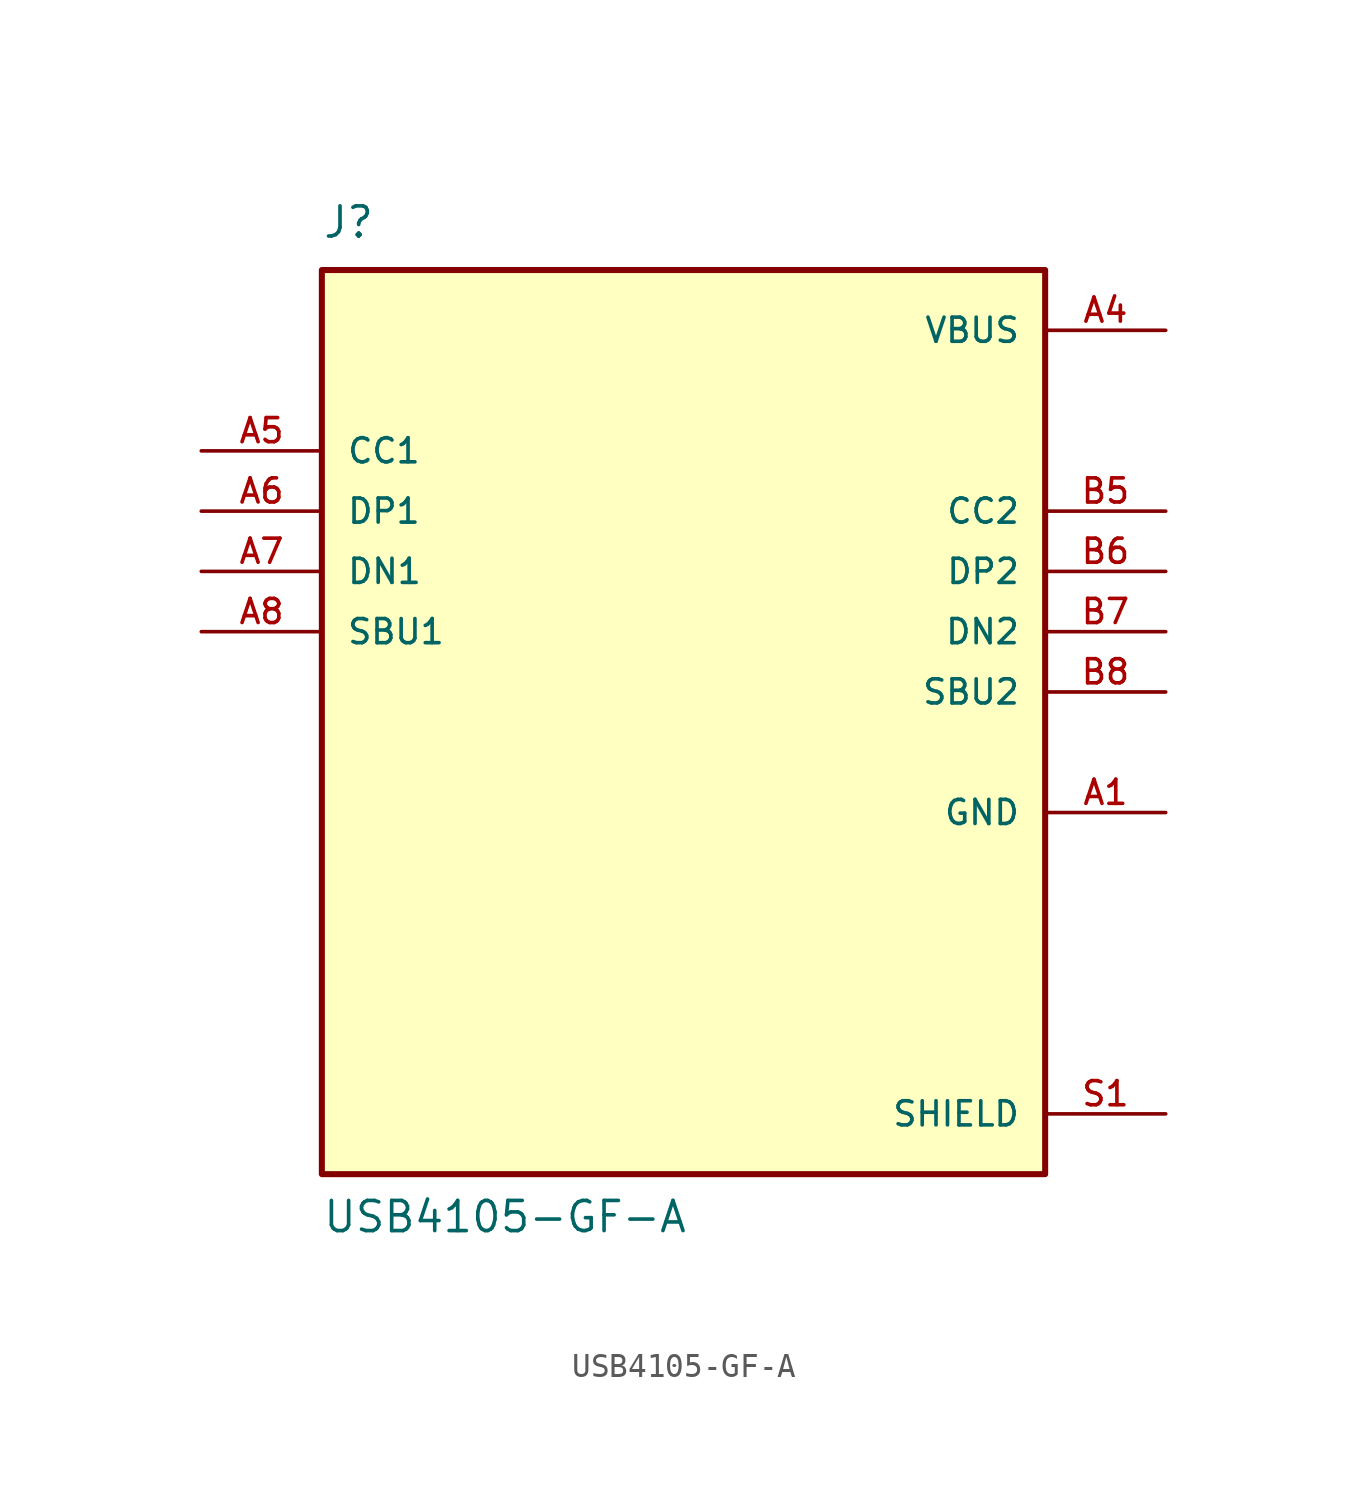
<source format=kicad_sym>
(kicad_symbol_lib
  (version 20231120)
  (generator "kicad_symbol_editor")
  (generator_version "8.0")
  (symbol "USB4105-GF-A"
    (pin_names
      (offset 1.016))
    (property "Reference" "J"
      (at -15.24 13.97 0)
      (effects (font (size 1.27 1.27)) (justify left bottom)))
    (property "Value" "USB4105-GF-A"
      (at -15.24 -27.94 0)
      (effects (font (size 1.27 1.27)) (justify left bottom)))
    (symbol "USB4105-GF-A_0_0"
      (rectangle (start -15.24 12.7) (end 15.24 -25.4) (stroke (width 0.254) (type default)) (fill (type background)))
      (pin bidirectional line (at -20.32 5.08 0) (length 5.08) (name "CC1" (effects (font (size 1.016 1.016)))) (number "A5" (effects (font (size 1.016 1.016)))))
      (pin bidirectional line (at -20.32 2.54 0) (length 5.08) (name "DP1" (effects (font (size 1.016 1.016)))) (number "A6" (effects (font (size 1.016 1.016)))))
      (pin bidirectional line (at -20.32 0 0) (length 5.08) (name "DN1" (effects (font (size 1.016 1.016)))) (number "A7" (effects (font (size 1.016 1.016)))))
      (pin bidirectional line (at -20.32 -2.54 0) (length 5.08) (name "SBU1" (effects (font (size 1.016 1.016)))) (number "A8" (effects (font (size 1.016 1.016)))))
      (pin bidirectional line (at 20.32 2.54 180) (length 5.08) (name "CC2" (effects (font (size 1.016 1.016)))) (number "B5" (effects (font (size 1.016 1.016)))))
      (pin bidirectional line (at 20.32 0 180) (length 5.08) (name "DP2" (effects (font (size 1.016 1.016)))) (number "B6" (effects (font (size 1.016 1.016)))))
      (pin bidirectional line (at 20.32 -2.54 180) (length 5.08) (name "DN2" (effects (font (size 1.016 1.016)))) (number "B7" (effects (font (size 1.016 1.016)))))
      (pin bidirectional line (at 20.32 -5.08 180) (length 5.08) (name "SBU2" (effects (font (size 1.016 1.016)))) (number "B8" (effects (font (size 1.016 1.016))))))
    (symbol "USB4105-GF-A_1_0"
      (pin power_in line (at 20.32 -10.16 180) (length 5.08) (name "GND" (effects (font (size 1.016 1.016)))) (number "A1" (effects (font (size 1.016 1.016)))))
      (pin power_in line (at 20.32 10.16 180) (length 5.08) (name "VBUS" (effects (font (size 1.016 1.016)))) (number "A4" (effects (font (size 1.016 1.016)))))
      (pin power_in line (at 20.32 -22.86 180) (length 5.08) (name "SHIELD" (effects (font (size 1.016 1.016)))) (number "S1" (effects (font (size 1.016 1.016))))))))
</source>
